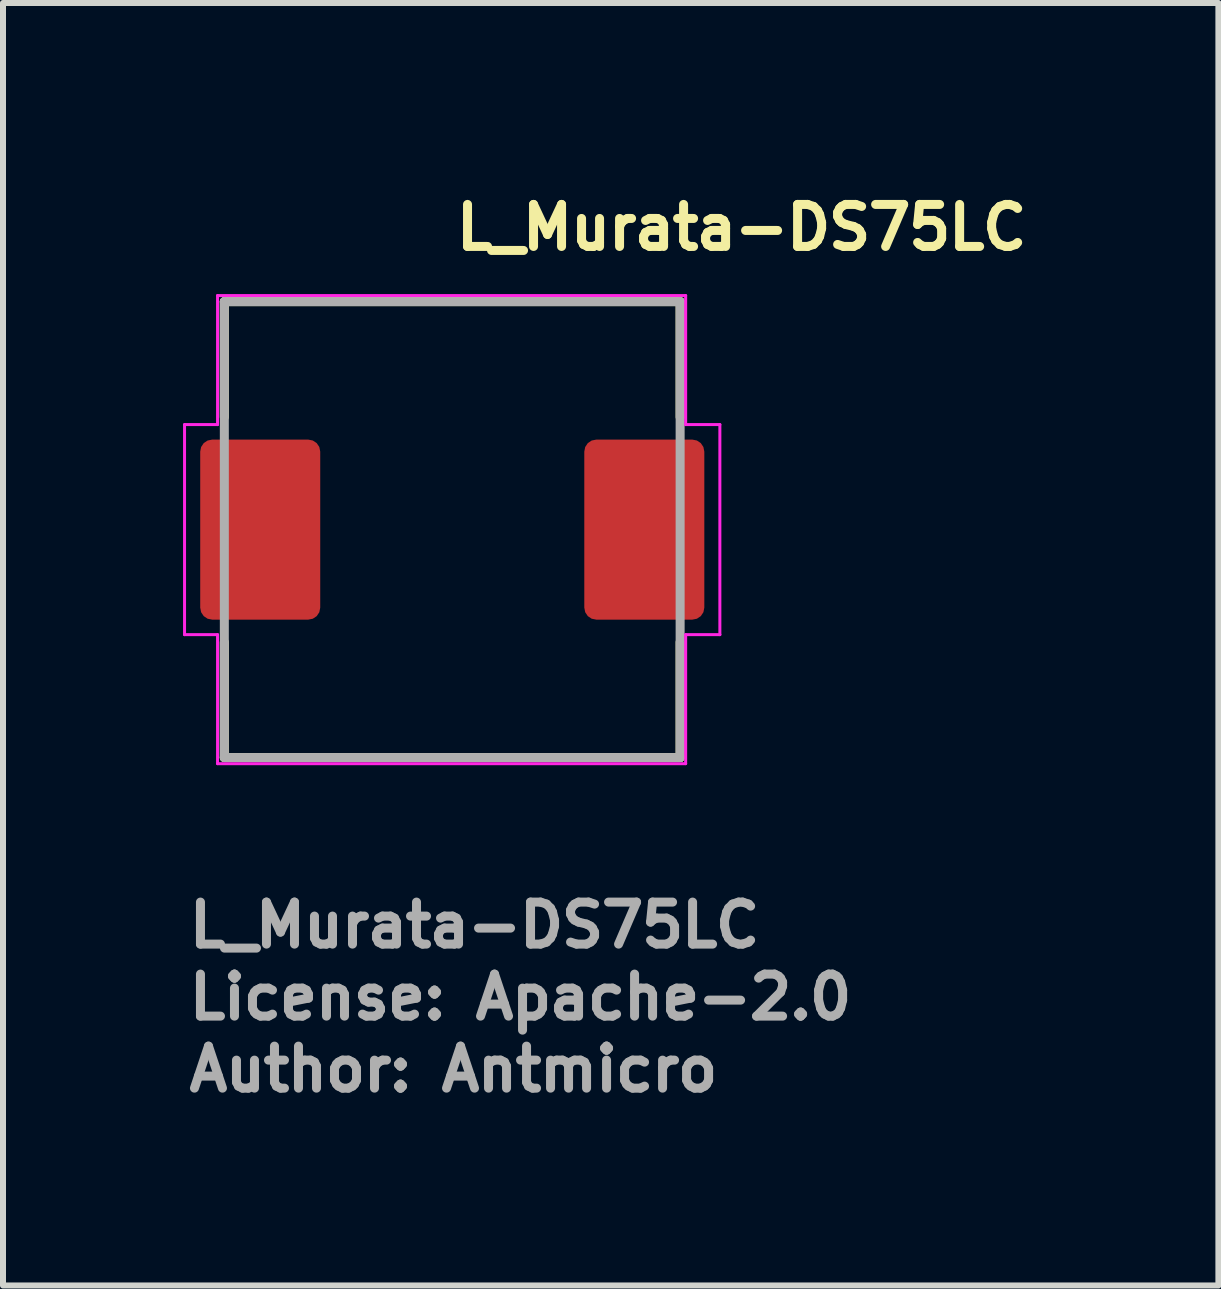
<source format=kicad_pcb>
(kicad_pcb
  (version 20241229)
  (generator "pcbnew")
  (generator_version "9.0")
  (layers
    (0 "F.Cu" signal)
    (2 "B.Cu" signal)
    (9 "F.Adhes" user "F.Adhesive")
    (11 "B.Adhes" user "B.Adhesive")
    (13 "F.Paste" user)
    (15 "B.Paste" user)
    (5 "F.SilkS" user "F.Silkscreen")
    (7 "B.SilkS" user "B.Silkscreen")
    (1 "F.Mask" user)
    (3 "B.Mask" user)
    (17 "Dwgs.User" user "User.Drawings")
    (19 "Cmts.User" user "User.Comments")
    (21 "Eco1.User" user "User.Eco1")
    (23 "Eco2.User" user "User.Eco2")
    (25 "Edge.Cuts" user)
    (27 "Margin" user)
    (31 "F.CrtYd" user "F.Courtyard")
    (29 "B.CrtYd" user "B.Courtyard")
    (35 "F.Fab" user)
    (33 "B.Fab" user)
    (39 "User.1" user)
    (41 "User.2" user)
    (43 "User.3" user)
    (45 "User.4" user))
  (footprint "L_Murata-DS75LC"
    (layer "F.Cu")
    (at 4.475 5.775)
    (property "Reference" "L_Murata-DS75LC" (at 0 -4.625 0) (layer "F.SilkS") (effects (font (size 0.7 0.7) (thickness 0.15)) (justify left bottom)))
    (attr smd)
    (fp_line (start -3.787 -3.799) (end 3.808 -3.799) (stroke (width 0.15) (type solid)) (layer "F.SilkS"))
    (fp_line (start -3.787 -1.875) (end -3.787 -3.799) (stroke (width 0.15) (type solid)) (layer "F.SilkS"))
    (fp_line (start -3.787 3.798) (end -3.787 1.875) (stroke (width 0.15) (type solid)) (layer "F.SilkS"))
    (fp_line (start -3.787 3.798) (end 3.808 3.798) (stroke (width 0.15) (type solid)) (layer "F.SilkS"))
    (fp_line (start 3.808 -1.875) (end 3.808 -3.799) (stroke (width 0.15) (type solid)) (layer "F.SilkS"))
    (fp_line (start 3.808 3.798) (end 3.808 1.875) (stroke (width 0.15) (type solid)) (layer "F.SilkS"))
    (fp_line (start -4.45 -1.75) (end -4.45 1.75) (stroke (width 0.05) (type solid)) (layer "F.CrtYd"))
    (fp_line (start -3.9 -1.75) (end -4.45 -1.75) (stroke (width 0.05) (type solid)) (layer "F.CrtYd"))
    (fp_line (start -3.9 -1.75) (end -3.9 -3.9) (stroke (width 0.05) (type solid)) (layer "F.CrtYd"))
    (fp_line (start -3.9 1.75) (end -4.45 1.75) (stroke (width 0.05) (type solid)) (layer "F.CrtYd"))
    (fp_line (start -3.9 1.75) (end -3.9 3.9) (stroke (width 0.05) (type solid)) (layer "F.CrtYd"))
    (fp_line (start 3.9 -3.9) (end -3.9 -3.9) (stroke (width 0.05) (type solid)) (layer "F.CrtYd"))
    (fp_line (start 3.9 -3.9) (end 3.9 -1.75) (stroke (width 0.05) (type solid)) (layer "F.CrtYd"))
    (fp_line (start 3.9 -1.75) (end 4.47 -1.75) (stroke (width 0.05) (type solid)) (layer "F.CrtYd"))
    (fp_line (start 3.9 1.75) (end 3.9 3.9) (stroke (width 0.05) (type solid)) (layer "F.CrtYd"))
    (fp_line (start 3.9 1.75) (end 4.47 1.75) (stroke (width 0.05) (type solid)) (layer "F.CrtYd"))
    (fp_line (start 3.9 3.9) (end -3.9 3.9) (stroke (width 0.05) (type solid)) (layer "F.CrtYd"))
    (fp_line (start 4.47 1.75) (end 4.47 -1.75) (stroke (width 0.05) (type solid)) (layer "F.CrtYd"))
    (fp_line (start -3.787 -3.799) (end 3.808 -3.799) (stroke (width 0.15) (type solid)) (layer "F.Fab"))
    (fp_line (start -3.787 3.798) (end -3.787 -3.799) (stroke (width 0.15) (type solid)) (layer "F.Fab"))
    (fp_line (start 3.808 -3.799) (end 3.808 3.798) (stroke (width 0.15) (type solid)) (layer "F.Fab"))
    (fp_line (start 3.808 3.798) (end -3.787 3.798) (stroke (width 0.15) (type solid)) (layer "F.Fab"))
    (fp_rect (start -3.65 -3.65) (end 3.65 3.65) (stroke (width 0.1) (type solid)) (fill no) (layer "User.5"))
    (fp_line (start -3.65 -1) (end -3.65 1) (stroke (width 0.02) (type solid)) (layer "User.9"))
    (fp_line (start -3.65 1) (end -3.65 -1) (stroke (width 0.02) (type solid)) (layer "User.9"))
    (fp_line (start -3.65 1) (end -3.5 1) (stroke (width 0.02) (type solid)) (layer "User.9"))
    (fp_line (start -3.5 -3.15) (end -3.499 -3.174) (stroke (width 0.02) (type solid)) (layer "User.9"))
    (fp_line (start -3.5 -1) (end -3.65 -1) (stroke (width 0.02) (type solid)) (layer "User.9"))
    (fp_line (start -3.5 -1) (end -3.5 -3.15) (stroke (width 0.02) (type solid)) (layer "User.9"))
    (fp_line (start -3.5 -1) (end -2.85 -1) (stroke (width 0.02) (type solid)) (layer "User.9"))
    (fp_line (start -3.5 3.15) (end -3.5 1) (stroke (width 0.02) (type solid)) (layer "User.9"))
    (fp_line (start -3.499 -3.174) (end -3.497 -3.199) (stroke (width 0.02) (type solid)) (layer "User.9"))
    (fp_line (start -3.499 3.174) (end -3.5 3.15) (stroke (width 0.02) (type solid)) (layer "User.9"))
    (fp_line (start -3.497 -3.199) (end -3.494 -3.223) (stroke (width 0.02) (type solid)) (layer "User.9"))
    (fp_line (start -3.497 3.199) (end -3.499 3.174) (stroke (width 0.02) (type solid)) (layer "User.9"))
    (fp_line (start -3.494 -3.223) (end -3.49 -3.248) (stroke (width 0.02) (type solid)) (layer "User.9"))
    (fp_line (start -3.494 3.223) (end -3.497 3.199) (stroke (width 0.02) (type solid)) (layer "User.9"))
    (fp_line (start -3.49 -3.248) (end -3.484 -3.271) (stroke (width 0.02) (type solid)) (layer "User.9"))
    (fp_line (start -3.49 3.248) (end -3.494 3.223) (stroke (width 0.02) (type solid)) (layer "User.9"))
    (fp_line (start -3.484 -3.271) (end -3.478 -3.295) (stroke (width 0.02) (type solid)) (layer "User.9"))
    (fp_line (start -3.484 3.271) (end -3.49 3.248) (stroke (width 0.02) (type solid)) (layer "User.9"))
    (fp_line (start -3.478 -3.295) (end -3.47 -3.318) (stroke (width 0.02) (type solid)) (layer "User.9"))
    (fp_line (start -3.478 3.295) (end -3.484 3.271) (stroke (width 0.02) (type solid)) (layer "User.9"))
    (fp_line (start -3.47 -3.318) (end -3.461 -3.341) (stroke (width 0.02) (type solid)) (layer "User.9"))
    (fp_line (start -3.47 3.317) (end -3.478 3.295) (stroke (width 0.02) (type solid)) (layer "User.9"))
    (fp_line (start -3.461 -3.341) (end -3.452 -3.363) (stroke (width 0.02) (type solid)) (layer "User.9"))
    (fp_line (start -3.461 3.341) (end -3.47 3.317) (stroke (width 0.02) (type solid)) (layer "User.9"))
    (fp_line (start -3.452 -3.363) (end -3.441 -3.384) (stroke (width 0.02) (type solid)) (layer "User.9"))
    (fp_line (start -3.452 3.363) (end -3.461 3.341) (stroke (width 0.02) (type solid)) (layer "User.9"))
    (fp_line (start -3.441 -3.384) (end -3.429 -3.406) (stroke (width 0.02) (type solid)) (layer "User.9"))
    (fp_line (start -3.441 3.384) (end -3.452 3.363) (stroke (width 0.02) (type solid)) (layer "User.9"))
    (fp_line (start -3.429 -3.406) (end -3.415 -3.427) (stroke (width 0.02) (type solid)) (layer "User.9"))
    (fp_line (start -3.429 3.405) (end -3.441 3.384) (stroke (width 0.02) (type solid)) (layer "User.9"))
    (fp_line (start -3.415 -3.427) (end -3.401 -3.447) (stroke (width 0.02) (type solid)) (layer "User.9"))
    (fp_line (start -3.415 3.426) (end -3.429 3.405) (stroke (width 0.02) (type solid)) (layer "User.9"))
    (fp_line (start -3.401 -3.447) (end -3.386 -3.466) (stroke (width 0.02) (type solid)) (layer "User.9"))
    (fp_line (start -3.401 3.447) (end -3.415 3.426) (stroke (width 0.02) (type solid)) (layer "User.9"))
    (fp_line (start -3.386 -3.466) (end -3.37 -3.485) (stroke (width 0.02) (type solid)) (layer "User.9"))
    (fp_line (start -3.386 3.466) (end -3.401 3.447) (stroke (width 0.02) (type solid)) (layer "User.9"))
    (fp_line (start -3.37 -3.485) (end -3.353 -3.503) (stroke (width 0.02) (type solid)) (layer "User.9"))
    (fp_line (start -3.37 3.485) (end -3.386 3.466) (stroke (width 0.02) (type solid)) (layer "User.9"))
    (fp_line (start -3.353 -3.503) (end -3.353 -3.503) (stroke (width 0.02) (type solid)) (layer "User.9"))
    (fp_line (start -3.353 -3.503) (end -3.335 -3.52) (stroke (width 0.02) (type solid)) (layer "User.9"))
    (fp_line (start -3.353 3.503) (end -3.37 3.485) (stroke (width 0.02) (type solid)) (layer "User.9"))
    (fp_line (start -3.353 3.503) (end -3.353 3.503) (stroke (width 0.02) (type solid)) (layer "User.9"))
    (fp_line (start -3.335 -3.52) (end -3.316 -3.536) (stroke (width 0.02) (type solid)) (layer "User.9"))
    (fp_line (start -3.335 3.519) (end -3.353 3.503) (stroke (width 0.02) (type solid)) (layer "User.9"))
    (fp_line (start -3.316 -3.536) (end -3.297 -3.551) (stroke (width 0.02) (type solid)) (layer "User.9"))
    (fp_line (start -3.316 3.535) (end -3.335 3.519) (stroke (width 0.02) (type solid)) (layer "User.9"))
    (fp_line (start -3.297 -3.551) (end -3.277 -3.565) (stroke (width 0.02) (type solid)) (layer "User.9"))
    (fp_line (start -3.297 3.551) (end -3.316 3.535) (stroke (width 0.02) (type solid)) (layer "User.9"))
    (fp_line (start -3.277 -3.565) (end -3.256 -3.578) (stroke (width 0.02) (type solid)) (layer "User.9"))
    (fp_line (start -3.277 3.565) (end -3.297 3.551) (stroke (width 0.02) (type solid)) (layer "User.9"))
    (fp_line (start -3.256 -3.578) (end -3.235 -3.591) (stroke (width 0.02) (type solid)) (layer "User.9"))
    (fp_line (start -3.256 3.578) (end -3.277 3.565) (stroke (width 0.02) (type solid)) (layer "User.9"))
    (fp_line (start -3.235 -3.591) (end -3.213 -3.602) (stroke (width 0.02) (type solid)) (layer "User.9"))
    (fp_line (start -3.235 3.591) (end -3.256 3.578) (stroke (width 0.02) (type solid)) (layer "User.9"))
    (fp_line (start -3.213 -3.602) (end -3.191 -3.61) (stroke (width 0.02) (type solid)) (layer "User.9"))
    (fp_line (start -3.213 3.602) (end -3.235 3.591) (stroke (width 0.02) (type solid)) (layer "User.9"))
    (fp_line (start -3.191 -3.61) (end -3.168 -3.62) (stroke (width 0.02) (type solid)) (layer "User.9"))
    (fp_line (start -3.191 3.61) (end -3.213 3.602) (stroke (width 0.02) (type solid)) (layer "User.9"))
    (fp_line (start -3.168 -3.62) (end -3.145 -3.628) (stroke (width 0.02) (type solid)) (layer "User.9"))
    (fp_line (start -3.168 3.62) (end -3.191 3.61) (stroke (width 0.02) (type solid)) (layer "User.9"))
    (fp_line (start -3.145 -3.628) (end -3.121 -3.634) (stroke (width 0.02) (type solid)) (layer "User.9"))
    (fp_line (start -3.145 3.628) (end -3.168 3.62) (stroke (width 0.02) (type solid)) (layer "User.9"))
    (fp_line (start -3.121 -3.634) (end -3.098 -3.639) (stroke (width 0.02) (type solid)) (layer "User.9"))
    (fp_line (start -3.121 3.634) (end -3.145 3.628) (stroke (width 0.02) (type solid)) (layer "User.9"))
    (fp_line (start -3.098 -3.639) (end -3.073 -3.644) (stroke (width 0.02) (type solid)) (layer "User.9"))
    (fp_line (start -3.098 3.639) (end -3.121 3.634) (stroke (width 0.02) (type solid)) (layer "User.9"))
    (fp_line (start -3.073 -3.644) (end -3.049 -3.647) (stroke (width 0.02) (type solid)) (layer "User.9"))
    (fp_line (start -3.073 3.644) (end -3.098 3.639) (stroke (width 0.02) (type solid)) (layer "User.9"))
    (fp_line (start -3.049 -3.647) (end -3.024 -3.649) (stroke (width 0.02) (type solid)) (layer "User.9"))
    (fp_line (start -3.049 3.647) (end -3.073 3.644) (stroke (width 0.02) (type solid)) (layer "User.9"))
    (fp_line (start -3.024 -3.649) (end -3 -3.65) (stroke (width 0.02) (type solid)) (layer "User.9"))
    (fp_line (start -3.024 3.649) (end -3.049 3.647) (stroke (width 0.02) (type solid)) (layer "User.9"))
    (fp_line (start -3 -3.65) (end 3 -3.65) (stroke (width 0.02) (type solid)) (layer "User.9"))
    (fp_line (start -3 3.65) (end -3.024 3.649) (stroke (width 0.02) (type solid)) (layer "User.9"))
    (fp_line (start -2.85 -1) (end -2.839 -0.999) (stroke (width 0.02) (type solid)) (layer "User.9"))
    (fp_line (start -2.85 1) (end -3.5 1) (stroke (width 0.02) (type solid)) (layer "User.9"))
    (fp_line (start -2.839 -0.999) (end -2.829 -0.998) (stroke (width 0.02) (type solid)) (layer "User.9"))
    (fp_line (start -2.839 0.999) (end -2.85 1) (stroke (width 0.02) (type solid)) (layer "User.9"))
    (fp_line (start -2.829 -0.998) (end -2.819 -0.997) (stroke (width 0.02) (type solid)) (layer "User.9"))
    (fp_line (start -2.829 0.998) (end -2.839 0.999) (stroke (width 0.02) (type solid)) (layer "User.9"))
    (fp_line (start -2.828 0.998) (end -2.787 1.109) (stroke (width 0.02) (type solid)) (layer "User.9"))
    (fp_line (start -2.819 -0.997) (end -2.809 -0.995) (stroke (width 0.02) (type solid)) (layer "User.9"))
    (fp_line (start -2.819 0.996) (end -2.829 0.998) (stroke (width 0.02) (type solid)) (layer "User.9"))
    (fp_line (start -2.809 -0.995) (end -2.8 -0.993) (stroke (width 0.02) (type solid)) (layer "User.9"))
    (fp_line (start -2.809 0.995) (end -2.819 0.996) (stroke (width 0.02) (type solid)) (layer "User.9"))
    (fp_line (start -2.8 -0.993) (end -2.79 -0.991) (stroke (width 0.02) (type solid)) (layer "User.9"))
    (fp_line (start -2.8 0.992) (end -2.809 0.995) (stroke (width 0.02) (type solid)) (layer "User.9"))
    (fp_line (start -2.79 -0.991) (end -2.781 -0.987) (stroke (width 0.02) (type solid)) (layer "User.9"))
    (fp_line (start -2.79 0.991) (end -2.8 0.992) (stroke (width 0.02) (type solid)) (layer "User.9"))
    (fp_line (start -2.787 1.109) (end -2.741 1.218) (stroke (width 0.02) (type solid)) (layer "User.9"))
    (fp_line (start -2.781 -0.987) (end -2.772 -0.984) (stroke (width 0.02) (type solid)) (layer "User.9"))
    (fp_line (start -2.781 0.987) (end -2.79 0.991) (stroke (width 0.02) (type solid)) (layer "User.9"))
    (fp_line (start -2.772 -0.984) (end -2.763 -0.98) (stroke (width 0.02) (type solid)) (layer "User.9"))
    (fp_line (start -2.772 0.984) (end -2.781 0.987) (stroke (width 0.02) (type solid)) (layer "User.9"))
    (fp_line (start -2.772 1.145) (end -2.759 1.177) (stroke (width 0.02) (type solid)) (layer "User.9"))
    (fp_line (start -2.763 -0.98) (end -2.754 -0.975) (stroke (width 0.02) (type solid)) (layer "User.9"))
    (fp_line (start -2.763 0.98) (end -2.772 0.984) (stroke (width 0.02) (type solid)) (layer "User.9"))
    (fp_line (start -2.759 1.177) (end -2.753 1.19) (stroke (width 0.02) (type solid)) (layer "User.9"))
    (fp_line (start -2.754 -0.975) (end -2.746 -0.971) (stroke (width 0.02) (type solid)) (layer "User.9"))
    (fp_line (start -2.754 0.975) (end -2.763 0.98) (stroke (width 0.02) (type solid)) (layer "User.9"))
    (fp_line (start -2.753 1.19) (end -2.748 1.201) (stroke (width 0.02) (type solid)) (layer "User.9"))
    (fp_line (start -2.746 -0.971) (end -2.738 -0.965) (stroke (width 0.02) (type solid)) (layer "User.9"))
    (fp_line (start -2.746 0.971) (end -2.754 0.975) (stroke (width 0.02) (type solid)) (layer "User.9"))
    (fp_line (start -2.741 -1.218) (end -2.828 -0.998) (stroke (width 0.02) (type solid)) (layer "User.9"))
    (fp_line (start -2.741 1.218) (end -2.691 1.325) (stroke (width 0.02) (type solid)) (layer "User.9"))
    (fp_line (start -2.738 -0.965) (end -2.73 -0.96) (stroke (width 0.02) (type solid)) (layer "User.9"))
    (fp_line (start -2.738 0.964) (end -2.746 0.971) (stroke (width 0.02) (type solid)) (layer "User.9"))
    (fp_line (start -2.73 -0.96) (end -2.722 -0.953) (stroke (width 0.02) (type solid)) (layer "User.9"))
    (fp_line (start -2.73 0.96) (end -2.738 0.964) (stroke (width 0.02) (type solid)) (layer "User.9"))
    (fp_line (start -2.722 -0.953) (end -2.715 -0.947) (stroke (width 0.02) (type solid)) (layer "User.9"))
    (fp_line (start -2.722 0.954) (end -2.73 0.96) (stroke (width 0.02) (type solid)) (layer "User.9"))
    (fp_line (start -2.715 -0.947) (end -2.708 -0.941) (stroke (width 0.02) (type solid)) (layer "User.9"))
    (fp_line (start -2.715 0.947) (end -2.722 0.954) (stroke (width 0.02) (type solid)) (layer "User.9"))
    (fp_line (start -2.708 -0.941) (end -2.701 -0.933) (stroke (width 0.02) (type solid)) (layer "User.9"))
    (fp_line (start -2.708 0.94) (end -2.715 0.947) (stroke (width 0.02) (type solid)) (layer "User.9"))
    (fp_line (start -2.701 -0.933) (end -2.695 -0.927) (stroke (width 0.02) (type solid)) (layer "User.9"))
    (fp_line (start -2.701 0.934) (end -2.708 0.94) (stroke (width 0.02) (type solid)) (layer "User.9"))
    (fp_line (start -2.695 -0.927) (end -2.689 -0.919) (stroke (width 0.02) (type solid)) (layer "User.9"))
    (fp_line (start -2.695 0.927) (end -2.701 0.934) (stroke (width 0.02) (type solid)) (layer "User.9"))
    (fp_line (start -2.691 1.325) (end -2.637 1.428) (stroke (width 0.02) (type solid)) (layer "User.9"))
    (fp_line (start -2.689 -0.919) (end -2.684 -0.911) (stroke (width 0.02) (type solid)) (layer "User.9"))
    (fp_line (start -2.689 0.919) (end -2.695 0.927) (stroke (width 0.02) (type solid)) (layer "User.9"))
    (fp_line (start -2.684 -0.911) (end -2.678 -0.903) (stroke (width 0.02) (type solid)) (layer "User.9"))
    (fp_line (start -2.684 0.911) (end -2.689 0.919) (stroke (width 0.02) (type solid)) (layer "User.9"))
    (fp_line (start -2.678 -0.903) (end -2.674 -0.895) (stroke (width 0.02) (type solid)) (layer "User.9"))
    (fp_line (start -2.678 0.903) (end -2.684 0.911) (stroke (width 0.02) (type solid)) (layer "User.9"))
    (fp_line (start -2.674 -0.895) (end -2.669 -0.885) (stroke (width 0.02) (type solid)) (layer "User.9"))
    (fp_line (start -2.674 0.895) (end -2.678 0.903) (stroke (width 0.02) (type solid)) (layer "User.9"))
    (fp_line (start -2.669 -0.885) (end -2.665 -0.877) (stroke (width 0.02) (type solid)) (layer "User.9"))
    (fp_line (start -2.669 0.886) (end -2.674 0.895) (stroke (width 0.02) (type solid)) (layer "User.9"))
    (fp_line (start -2.665 -0.877) (end -2.662 -0.868) (stroke (width 0.02) (type solid)) (layer "User.9"))
    (fp_line (start -2.665 0.876) (end -2.669 0.886) (stroke (width 0.02) (type solid)) (layer "User.9"))
    (fp_line (start -2.662 -0.868) (end -2.658 -0.859) (stroke (width 0.02) (type solid)) (layer "User.9"))
    (fp_line (start -2.662 0.867) (end -2.665 0.876) (stroke (width 0.02) (type solid)) (layer "User.9"))
    (fp_line (start -2.661 -0.868) (end -2.624 -0.975) (stroke (width 0.02) (type solid)) (layer "User.9"))
    (fp_line (start -2.658 -0.859) (end -2.656 -0.849) (stroke (width 0.02) (type solid)) (layer "User.9"))
    (fp_line (start -2.658 0.859) (end -2.662 0.867) (stroke (width 0.02) (type solid)) (layer "User.9"))
    (fp_line (start -2.656 -0.849) (end -2.654 -0.84) (stroke (width 0.02) (type solid)) (layer "User.9"))
    (fp_line (start -2.656 0.849) (end -2.658 0.859) (stroke (width 0.02) (type solid)) (layer "User.9"))
    (fp_line (start -2.654 -0.84) (end -2.652 -0.83) (stroke (width 0.02) (type solid)) (layer "User.9"))
    (fp_line (start -2.654 0.839) (end -2.656 0.849) (stroke (width 0.02) (type solid)) (layer "User.9"))
    (fp_line (start -2.652 -0.83) (end -2.651 -0.82) (stroke (width 0.02) (type solid)) (layer "User.9"))
    (fp_line (start -2.652 0.83) (end -2.654 0.839) (stroke (width 0.02) (type solid)) (layer "User.9"))
    (fp_line (start -2.651 -0.82) (end -2.65 -0.81) (stroke (width 0.02) (type solid)) (layer "User.9"))
    (fp_line (start -2.651 0.819) (end -2.652 0.83) (stroke (width 0.02) (type solid)) (layer "User.9"))
    (fp_line (start -2.65 -0.81) (end -2.65 -0.8) (stroke (width 0.02) (type solid)) (layer "User.9"))
    (fp_line (start -2.65 -0.8) (end -2.65 0.799) (stroke (width 0.02) (type solid)) (layer "User.9"))
    (fp_line (start -2.65 -0.299) (end -2.4 -0.299) (stroke (width 0.02) (type solid)) (layer "User.9"))
    (fp_line (start -2.65 -0.299) (end -2.4 -0.299) (stroke (width 0.02) (type solid)) (layer "User.9"))
    (fp_line (start -2.65 0.299) (end -2.4 0.299) (stroke (width 0.02) (type solid)) (layer "User.9"))
    (fp_line (start -2.65 0.799) (end -2.65 0.81) (stroke (width 0.02) (type solid)) (layer "User.9"))
    (fp_line (start -2.65 0.81) (end -2.651 0.819) (stroke (width 0.02) (type solid)) (layer "User.9"))
    (fp_line (start -2.637 -1.429) (end -2.741 -1.218) (stroke (width 0.02) (type solid)) (layer "User.9"))
    (fp_line (start -2.637 1.428) (end -2.58 1.53) (stroke (width 0.02) (type solid)) (layer "User.9"))
    (fp_line (start -2.624 -0.975) (end -2.583 -1.079) (stroke (width 0.02) (type solid)) (layer "User.9"))
    (fp_line (start -2.583 -1.079) (end -2.661 -0.868) (stroke (width 0.02) (type solid)) (layer "User.9"))
    (fp_line (start -2.583 -1.079) (end -2.538 -1.182) (stroke (width 0.02) (type solid)) (layer "User.9"))
    (fp_line (start -2.583 1.079) (end -2.661 0.867) (stroke (width 0.02) (type solid)) (layer "User.9"))
    (fp_line (start -2.58 1.53) (end -2.519 1.628) (stroke (width 0.02) (type solid)) (layer "User.9"))
    (fp_line (start -2.538 -1.182) (end -2.489 -1.282) (stroke (width 0.02) (type solid)) (layer "User.9"))
    (fp_line (start -2.519 -1.628) (end -2.637 -1.429) (stroke (width 0.02) (type solid)) (layer "User.9"))
    (fp_line (start -2.519 1.628) (end -2.454 1.724) (stroke (width 0.02) (type solid)) (layer "User.9"))
    (fp_line (start -2.489 -1.282) (end -2.583 -1.079) (stroke (width 0.02) (type solid)) (layer "User.9"))
    (fp_line (start -2.489 -1.282) (end -2.436 -1.379) (stroke (width 0.02) (type solid)) (layer "User.9"))
    (fp_line (start -2.489 1.282) (end -2.583 1.079) (stroke (width 0.02) (type solid)) (layer "User.9"))
    (fp_line (start -2.454 1.724) (end -2.387 1.817) (stroke (width 0.02) (type solid)) (layer "User.9"))
    (fp_line (start -2.436 -1.379) (end -2.38 -1.474) (stroke (width 0.02) (type solid)) (layer "User.9"))
    (fp_line (start -2.4 -0.299) (end -2.65 -0.299) (stroke (width 0.02) (type solid)) (layer "User.9"))
    (fp_line (start -2.4 0.299) (end -2.65 0.299) (stroke (width 0.02) (type solid)) (layer "User.9"))
    (fp_line (start -2.4 0.299) (end -2.38 0.298) (stroke (width 0.02) (type solid)) (layer "User.9"))
    (fp_line (start -2.389 -0.298) (end -2.4 -0.299) (stroke (width 0.02) (type solid)) (layer "User.9"))
    (fp_line (start -2.387 -1.817) (end -2.519 -1.628) (stroke (width 0.02) (type solid)) (layer "User.9"))
    (fp_line (start -2.387 1.817) (end -2.315 1.907) (stroke (width 0.02) (type solid)) (layer "User.9"))
    (fp_line (start -2.38 -1.474) (end -2.489 -1.282) (stroke (width 0.02) (type solid)) (layer "User.9"))
    (fp_line (start -2.38 -1.474) (end -2.32 -1.565) (stroke (width 0.02) (type solid)) (layer "User.9"))
    (fp_line (start -2.38 -0.298) (end -2.389 -0.298) (stroke (width 0.02) (type solid)) (layer "User.9"))
    (fp_line (start -2.38 0.298) (end -2.36 0.297) (stroke (width 0.02) (type solid)) (layer "User.9"))
    (fp_line (start -2.38 1.474) (end -2.489 1.282) (stroke (width 0.02) (type solid)) (layer "User.9"))
    (fp_line (start -2.37 -0.298) (end -2.38 -0.298) (stroke (width 0.02) (type solid)) (layer "User.9"))
    (fp_line (start -2.36 -0.297) (end -2.37 -0.298) (stroke (width 0.02) (type solid)) (layer "User.9"))
    (fp_line (start -2.36 0.297) (end -2.34 0.294) (stroke (width 0.02) (type solid)) (layer "User.9"))
    (fp_line (start -2.35 -0.294) (end -2.36 -0.297) (stroke (width 0.02) (type solid)) (layer "User.9"))
    (fp_line (start -2.34 -0.294) (end -2.35 -0.294) (stroke (width 0.02) (type solid)) (layer "User.9"))
    (fp_line (start -2.34 0.294) (end -2.321 0.289) (stroke (width 0.02) (type solid)) (layer "User.9"))
    (fp_line (start -2.331 -0.291) (end -2.34 -0.294) (stroke (width 0.02) (type solid)) (layer "User.9"))
    (fp_line (start -2.321 -0.289) (end -2.331 -0.291) (stroke (width 0.02) (type solid)) (layer "User.9"))
    (fp_line (start -2.321 0.289) (end -2.303 0.282) (stroke (width 0.02) (type solid)) (layer "User.9"))
    (fp_line (start -2.32 -1.565) (end -2.257 -1.656) (stroke (width 0.02) (type solid)) (layer "User.9"))
    (fp_line (start -2.315 1.907) (end -2.241 1.993) (stroke (width 0.02) (type solid)) (layer "User.9"))
    (fp_line (start -2.312 -0.286) (end -2.321 -0.289) (stroke (width 0.02) (type solid)) (layer "User.9"))
    (fp_line (start -2.303 -0.282) (end -2.312 -0.286) (stroke (width 0.02) (type solid)) (layer "User.9"))
    (fp_line (start -2.303 0.282) (end -2.284 0.277) (stroke (width 0.02) (type solid)) (layer "User.9"))
    (fp_line (start -2.293 -0.279) (end -2.303 -0.282) (stroke (width 0.02) (type solid)) (layer "User.9"))
    (fp_line (start -2.284 -0.277) (end -2.293 -0.279) (stroke (width 0.02) (type solid)) (layer "User.9"))
    (fp_line (start -2.284 0.277) (end -2.267 0.267) (stroke (width 0.02) (type solid)) (layer "User.9"))
    (fp_line (start -2.275 -0.273) (end -2.284 -0.277) (stroke (width 0.02) (type solid)) (layer "User.9"))
    (fp_line (start -2.267 -0.267) (end -2.275 -0.273) (stroke (width 0.02) (type solid)) (layer "User.9"))
    (fp_line (start -2.267 0.267) (end -2.25 0.258) (stroke (width 0.02) (type solid)) (layer "User.9"))
    (fp_line (start -2.258 -0.263) (end -2.267 -0.267) (stroke (width 0.02) (type solid)) (layer "User.9"))
    (fp_line (start -2.257 -1.656) (end -2.38 -1.474) (stroke (width 0.02) (type solid)) (layer "User.9"))
    (fp_line (start -2.257 -1.656) (end -2.191 -1.742) (stroke (width 0.02) (type solid)) (layer "User.9"))
    (fp_line (start -2.257 1.655) (end -2.38 1.474) (stroke (width 0.02) (type solid)) (layer "User.9"))
    (fp_line (start -2.25 -0.258) (end -2.258 -0.263) (stroke (width 0.02) (type solid)) (layer "User.9"))
    (fp_line (start -2.25 0.258) (end -2.233 0.249) (stroke (width 0.02) (type solid)) (layer "User.9"))
    (fp_line (start -2.241 -1.994) (end -2.387 -1.817) (stroke (width 0.02) (type solid)) (layer "User.9"))
    (fp_line (start -2.241 -0.254) (end -2.25 -0.258) (stroke (width 0.02) (type solid)) (layer "User.9"))
    (fp_line (start -2.241 1.993) (end -2.163 2.078) (stroke (width 0.02) (type solid)) (layer "User.9"))
    (fp_line (start -2.233 -0.249) (end -2.241 -0.254) (stroke (width 0.02) (type solid)) (layer "User.9"))
    (fp_line (start -2.233 0.249) (end -2.217 0.237) (stroke (width 0.02) (type solid)) (layer "User.9"))
    (fp_line (start -2.225 -0.244) (end -2.233 -0.249) (stroke (width 0.02) (type solid)) (layer "User.9"))
    (fp_line (start -2.217 -0.237) (end -2.225 -0.244) (stroke (width 0.02) (type solid)) (layer "User.9"))
    (fp_line (start -2.217 0.237) (end -2.202 0.225) (stroke (width 0.02) (type solid)) (layer "User.9"))
    (fp_line (start -2.21 -0.232) (end -2.217 -0.237) (stroke (width 0.02) (type solid)) (layer "User.9"))
    (fp_line (start -2.202 -0.225) (end -2.21 -0.232) (stroke (width 0.02) (type solid)) (layer "User.9"))
    (fp_line (start -2.202 0.225) (end -2.188 0.212) (stroke (width 0.02) (type solid)) (layer "User.9"))
    (fp_line (start -2.195 -0.218) (end -2.202 -0.225) (stroke (width 0.02) (type solid)) (layer "User.9"))
    (fp_line (start -2.191 -1.742) (end -2.122 -1.826) (stroke (width 0.02) (type solid)) (layer "User.9"))
    (fp_line (start -2.188 -0.212) (end -2.195 -0.218) (stroke (width 0.02) (type solid)) (layer "User.9"))
    (fp_line (start -2.188 0.212) (end -2.174 0.197) (stroke (width 0.02) (type solid)) (layer "User.9"))
    (fp_line (start -2.181 -0.205) (end -2.188 -0.212) (stroke (width 0.02) (type solid)) (layer "User.9"))
    (fp_line (start -2.174 -0.197) (end -2.181 -0.205) (stroke (width 0.02) (type solid)) (layer "User.9"))
    (fp_line (start -2.174 0.197) (end -2.162 0.182) (stroke (width 0.02) (type solid)) (layer "User.9"))
    (fp_line (start -2.168 -0.189) (end -2.174 -0.197) (stroke (width 0.02) (type solid)) (layer "User.9"))
    (fp_line (start -2.163 2.078) (end -2.083 2.158) (stroke (width 0.02) (type solid)) (layer "User.9"))
    (fp_line (start -2.162 -0.182) (end -2.168 -0.189) (stroke (width 0.02) (type solid)) (layer "User.9"))
    (fp_line (start -2.162 0.182) (end -2.15 0.165) (stroke (width 0.02) (type solid)) (layer "User.9"))
    (fp_line (start -2.156 -0.174) (end -2.162 -0.182) (stroke (width 0.02) (type solid)) (layer "User.9"))
    (fp_line (start -2.15 -0.165) (end -2.156 -0.174) (stroke (width 0.02) (type solid)) (layer "User.9"))
    (fp_line (start -2.15 0.165) (end -2.14 0.149) (stroke (width 0.02) (type solid)) (layer "User.9"))
    (fp_line (start -2.145 -0.157) (end -2.15 -0.165) (stroke (width 0.02) (type solid)) (layer "User.9"))
    (fp_line (start -2.14 -0.149) (end -2.145 -0.157) (stroke (width 0.02) (type solid)) (layer "User.9"))
    (fp_line (start -2.14 -0.149) (end -2.14 -0.149) (stroke (width 0.02) (type solid)) (layer "User.9"))
    (fp_line (start -2.14 0.149) (end -2.14 0.149) (stroke (width 0.02) (type solid)) (layer "User.9"))
    (fp_line (start -2.14 0.149) (end -2.13 0.132) (stroke (width 0.02) (type solid)) (layer "User.9"))
    (fp_line (start -2.13 -0.132) (end -2.14 -0.149) (stroke (width 0.02) (type solid)) (layer "User.9"))
    (fp_line (start -2.13 0.132) (end -2.122 0.113) (stroke (width 0.02) (type solid)) (layer "User.9"))
    (fp_line (start -2.122 -1.826) (end -2.257 -1.656) (stroke (width 0.02) (type solid)) (layer "User.9"))
    (fp_line (start -2.122 -1.826) (end -2.049 -1.907) (stroke (width 0.02) (type solid)) (layer "User.9"))
    (fp_line (start -2.122 -0.113) (end -2.13 -0.132) (stroke (width 0.02) (type solid)) (layer "User.9"))
    (fp_line (start -2.122 0.113) (end -2.115 0.095) (stroke (width 0.02) (type solid)) (layer "User.9"))
    (fp_line (start -2.122 1.825) (end -2.257 1.655) (stroke (width 0.02) (type solid)) (layer "User.9"))
    (fp_line (start -2.115 -0.095) (end -2.122 -0.113) (stroke (width 0.02) (type solid)) (layer "User.9"))
    (fp_line (start -2.115 0.095) (end -2.11 0.076) (stroke (width 0.02) (type solid)) (layer "User.9"))
    (fp_line (start -2.11 -0.076) (end -2.115 -0.095) (stroke (width 0.02) (type solid)) (layer "User.9"))
    (fp_line (start -2.11 0.076) (end -2.105 0.056) (stroke (width 0.02) (type solid)) (layer "User.9"))
    (fp_line (start -2.105 -0.056) (end -2.11 -0.076) (stroke (width 0.02) (type solid)) (layer "User.9"))
    (fp_line (start -2.105 0.056) (end -2.102 0.037) (stroke (width 0.02) (type solid)) (layer "User.9"))
    (fp_line (start -2.102 -0.037) (end -2.105 -0.056) (stroke (width 0.02) (type solid)) (layer "User.9"))
    (fp_line (start -2.102 0.037) (end -2.1 0.019) (stroke (width 0.02) (type solid)) (layer "User.9"))
    (fp_line (start -2.1 -0.019) (end -2.102 -0.037) (stroke (width 0.02) (type solid)) (layer "User.9"))
    (fp_line (start -2.1 0) (end -2.1 -0.019) (stroke (width 0.02) (type solid)) (layer "User.9"))
    (fp_line (start -2.1 0.019) (end -2.1 0) (stroke (width 0.02) (type solid)) (layer "User.9"))
    (fp_line (start -2.083 -2.158) (end -2.241 -1.994) (stroke (width 0.02) (type solid)) (layer "User.9"))
    (fp_line (start -2.083 2.158) (end -1.998 2.235) (stroke (width 0.02) (type solid)) (layer "User.9"))
    (fp_line (start -2.049 -1.907) (end -1.974 -1.984) (stroke (width 0.02) (type solid)) (layer "User.9"))
    (fp_line (start -1.998 2.235) (end -1.913 2.309) (stroke (width 0.02) (type solid)) (layer "User.9"))
    (fp_line (start -1.974 -1.984) (end -2.122 -1.826) (stroke (width 0.02) (type solid)) (layer "User.9"))
    (fp_line (start -1.974 -1.984) (end -1.895 -2.06) (stroke (width 0.02) (type solid)) (layer "User.9"))
    (fp_line (start -1.974 1.985) (end -2.122 1.825) (stroke (width 0.02) (type solid)) (layer "User.9"))
    (fp_line (start -1.913 -2.31) (end -2.083 -2.158) (stroke (width 0.02) (type solid)) (layer "User.9"))
    (fp_line (start -1.913 2.309) (end -1.824 2.381) (stroke (width 0.02) (type solid)) (layer "User.9"))
    (fp_line (start -1.895 -2.06) (end -1.814 -2.132) (stroke (width 0.02) (type solid)) (layer "User.9"))
    (fp_line (start -1.824 2.381) (end -1.732 2.449) (stroke (width 0.02) (type solid)) (layer "User.9"))
    (fp_line (start -1.814 -2.132) (end -1.974 -1.984) (stroke (width 0.02) (type solid)) (layer "User.9"))
    (fp_line (start -1.814 -2.132) (end -1.73 -2.2) (stroke (width 0.02) (type solid)) (layer "User.9"))
    (fp_line (start -1.814 2.131) (end -1.974 1.985) (stroke (width 0.02) (type solid)) (layer "User.9"))
    (fp_line (start -1.732 -2.449) (end -1.913 -2.31) (stroke (width 0.02) (type solid)) (layer "User.9"))
    (fp_line (start -1.732 2.449) (end -1.637 2.513) (stroke (width 0.02) (type solid)) (layer "User.9"))
    (fp_line (start -1.73 -2.2) (end -1.643 -2.266) (stroke (width 0.02) (type solid)) (layer "User.9"))
    (fp_line (start -1.643 -2.266) (end -1.814 -2.132) (stroke (width 0.02) (type solid)) (layer "User.9"))
    (fp_line (start -1.643 -2.266) (end -1.555 -2.328) (stroke (width 0.02) (type solid)) (layer "User.9"))
    (fp_line (start -1.643 2.266) (end -1.814 2.131) (stroke (width 0.02) (type solid)) (layer "User.9"))
    (fp_line (start -1.637 2.513) (end -1.541 2.573) (stroke (width 0.02) (type solid)) (layer "User.9"))
    (fp_line (start -1.555 -2.328) (end -1.464 -2.386) (stroke (width 0.02) (type solid)) (layer "User.9"))
    (fp_line (start -1.541 -2.573) (end -1.732 -2.449) (stroke (width 0.02) (type solid)) (layer "User.9"))
    (fp_line (start -1.541 2.573) (end -1.443 2.63) (stroke (width 0.02) (type solid)) (layer "User.9"))
    (fp_line (start -1.464 -2.386) (end -1.643 -2.266) (stroke (width 0.02) (type solid)) (layer "User.9"))
    (fp_line (start -1.464 -2.386) (end -1.371 -2.441) (stroke (width 0.02) (type solid)) (layer "User.9"))
    (fp_line (start -1.464 2.386) (end -1.643 2.266) (stroke (width 0.02) (type solid)) (layer "User.9"))
    (fp_line (start -1.443 2.63) (end -1.342 2.683) (stroke (width 0.02) (type solid)) (layer "User.9"))
    (fp_line (start -1.371 -2.441) (end -1.274 -2.492) (stroke (width 0.02) (type solid)) (layer "User.9"))
    (fp_line (start -1.342 -2.683) (end -1.541 -2.573) (stroke (width 0.02) (type solid)) (layer "User.9"))
    (fp_line (start -1.342 2.683) (end -1.239 2.732) (stroke (width 0.02) (type solid)) (layer "User.9"))
    (fp_line (start -1.274 -2.492) (end -1.464 -2.386) (stroke (width 0.02) (type solid)) (layer "User.9"))
    (fp_line (start -1.274 -2.492) (end -1.178 -2.54) (stroke (width 0.02) (type solid)) (layer "User.9"))
    (fp_line (start -1.274 2.492) (end -1.464 2.386) (stroke (width 0.02) (type solid)) (layer "User.9"))
    (fp_line (start -1.239 2.732) (end -1.133 2.777) (stroke (width 0.02) (type solid)) (layer "User.9"))
    (fp_line (start -1.178 -2.54) (end -1.078 -2.584) (stroke (width 0.02) (type solid)) (layer "User.9"))
    (fp_line (start -1.133 -2.777) (end -1.342 -2.683) (stroke (width 0.02) (type solid)) (layer "User.9"))
    (fp_line (start -1.133 2.777) (end -1.027 2.817) (stroke (width 0.02) (type solid)) (layer "User.9"))
    (fp_line (start -1.078 -2.584) (end -1.274 -2.492) (stroke (width 0.02) (type solid)) (layer "User.9"))
    (fp_line (start -1.078 -2.584) (end -0.977 -2.624) (stroke (width 0.02) (type solid)) (layer "User.9"))
    (fp_line (start -1.078 2.583) (end -1.274 2.492) (stroke (width 0.02) (type solid)) (layer "User.9"))
    (fp_line (start -1.027 2.817) (end -0.918 2.855) (stroke (width 0.02) (type solid)) (layer "User.9"))
    (fp_line (start -0.977 -2.624) (end -0.874 -2.66) (stroke (width 0.02) (type solid)) (layer "User.9"))
    (fp_line (start -0.918 -2.855) (end -1.133 -2.777) (stroke (width 0.02) (type solid)) (layer "User.9"))
    (fp_line (start -0.918 2.855) (end -0.807 2.889) (stroke (width 0.02) (type solid)) (layer "User.9"))
    (fp_line (start -0.874 -2.66) (end -1.078 -2.584) (stroke (width 0.02) (type solid)) (layer "User.9"))
    (fp_line (start -0.874 -2.66) (end -0.769 -2.692) (stroke (width 0.02) (type solid)) (layer "User.9"))
    (fp_line (start -0.874 2.66) (end -1.078 2.583) (stroke (width 0.02) (type solid)) (layer "User.9"))
    (fp_line (start -0.807 2.889) (end -0.696 2.918) (stroke (width 0.02) (type solid)) (layer "User.9"))
    (fp_line (start -0.769 -2.692) (end -0.663 -2.72) (stroke (width 0.02) (type solid)) (layer "User.9"))
    (fp_line (start -0.696 -2.918) (end -0.918 -2.855) (stroke (width 0.02) (type solid)) (layer "User.9"))
    (fp_line (start -0.696 2.918) (end -0.583 2.942) (stroke (width 0.02) (type solid)) (layer "User.9"))
    (fp_line (start -0.663 -2.72) (end -0.874 -2.66) (stroke (width 0.02) (type solid)) (layer "User.9"))
    (fp_line (start -0.663 -2.72) (end -0.554 -2.743) (stroke (width 0.02) (type solid)) (layer "User.9"))
    (fp_line (start -0.663 2.719) (end -0.874 2.66) (stroke (width 0.02) (type solid)) (layer "User.9"))
    (fp_line (start -0.583 2.942) (end -0.468 2.963) (stroke (width 0.02) (type solid)) (layer "User.9"))
    (fp_line (start -0.554 -2.743) (end -0.446 -2.764) (stroke (width 0.02) (type solid)) (layer "User.9"))
    (fp_line (start -0.468 -2.963) (end -0.696 -2.918) (stroke (width 0.02) (type solid)) (layer "User.9"))
    (fp_line (start -0.468 2.963) (end -0.353 2.979) (stroke (width 0.02) (type solid)) (layer "User.9"))
    (fp_line (start -0.446 -2.764) (end -0.663 -2.72) (stroke (width 0.02) (type solid)) (layer "User.9"))
    (fp_line (start -0.446 -2.764) (end -0.335 -2.779) (stroke (width 0.02) (type solid)) (layer "User.9"))
    (fp_line (start -0.446 2.764) (end -0.663 2.719) (stroke (width 0.02) (type solid)) (layer "User.9"))
    (fp_line (start -0.353 2.979) (end -0.235 2.99) (stroke (width 0.02) (type solid)) (layer "User.9"))
    (fp_line (start -0.335 -2.779) (end -0.224 -2.79) (stroke (width 0.02) (type solid)) (layer "User.9"))
    (fp_line (start -0.235 -2.99) (end -0.468 -2.963) (stroke (width 0.02) (type solid)) (layer "User.9"))
    (fp_line (start -0.235 2.99) (end -0.118 2.997) (stroke (width 0.02) (type solid)) (layer "User.9"))
    (fp_line (start -0.224 -2.79) (end -0.446 -2.764) (stroke (width 0.02) (type solid)) (layer "User.9"))
    (fp_line (start -0.224 -2.79) (end -0.113 -2.797) (stroke (width 0.02) (type solid)) (layer "User.9"))
    (fp_line (start -0.224 2.79) (end -0.446 2.764) (stroke (width 0.02) (type solid)) (layer "User.9"))
    (fp_line (start -0.118 2.997) (end 0 2.998) (stroke (width 0.02) (type solid)) (layer "User.9"))
    (fp_line (start -0.113 -2.797) (end 0 -2.799) (stroke (width 0.02) (type solid)) (layer "User.9"))
    (fp_line (start 0 -2.999) (end -0.235 -2.99) (stroke (width 0.02) (type solid)) (layer "User.9"))
    (fp_line (start 0 -2.999) (end 0 -2.999) (stroke (width 0.02) (type solid)) (layer "User.9"))
    (fp_line (start 0 -2.799) (end -0.224 -2.79) (stroke (width 0.02) (type solid)) (layer "User.9"))
    (fp_line (start 0 -2.799) (end 0 -2.799) (stroke (width 0.02) (type solid)) (layer "User.9"))
    (fp_line (start 0 -2.799) (end 0 -2.799) (stroke (width 0.02) (type solid)) (layer "User.9"))
    (fp_line (start 0 -2.799) (end 0.225 -2.79) (stroke (width 0.02) (type solid)) (layer "User.9"))
    (fp_line (start 0 2.799) (end -0.224 2.79) (stroke (width 0.02) (type solid)) (layer "User.9"))
    (fp_line (start 0 2.799) (end 0 2.799) (stroke (width 0.02) (type solid)) (layer "User.9"))
    (fp_line (start 0 2.998) (end 0 2.998) (stroke (width 0.02) (type solid)) (layer "User.9"))
    (fp_line (start 0 2.998) (end 0.236 2.99) (stroke (width 0.02) (type solid)) (layer "User.9"))
    (fp_line (start 0.112 -2.797) (end 0 -2.799) (stroke (width 0.02) (type solid)) (layer "User.9"))
    (fp_line (start 0.112 2.796) (end 0 2.799) (stroke (width 0.02) (type solid)) (layer "User.9"))
    (fp_line (start 0.117 -2.997) (end 0 -2.999) (stroke (width 0.02) (type solid)) (layer "User.9"))
    (fp_line (start 0.225 -2.79) (end 0.112 -2.797) (stroke (width 0.02) (type solid)) (layer "User.9"))
    (fp_line (start 0.225 -2.79) (end 0.446 -2.764) (stroke (width 0.02) (type solid)) (layer "User.9"))
    (fp_line (start 0.225 2.79) (end 0.112 2.796) (stroke (width 0.02) (type solid)) (layer "User.9"))
    (fp_line (start 0.236 -2.99) (end 0.117 -2.997) (stroke (width 0.02) (type solid)) (layer "User.9"))
    (fp_line (start 0.236 2.99) (end 0.469 2.963) (stroke (width 0.02) (type solid)) (layer "User.9"))
    (fp_line (start 0.336 -2.779) (end 0.225 -2.79) (stroke (width 0.02) (type solid)) (layer "User.9"))
    (fp_line (start 0.336 2.779) (end 0.225 2.79) (stroke (width 0.02) (type solid)) (layer "User.9"))
    (fp_line (start 0.353 -2.979) (end 0.236 -2.99) (stroke (width 0.02) (type solid)) (layer "User.9"))
    (fp_line (start 0.446 -2.764) (end 0.336 -2.779) (stroke (width 0.02) (type solid)) (layer "User.9"))
    (fp_line (start 0.446 -2.764) (end 0.663 -2.72) (stroke (width 0.02) (type solid)) (layer "User.9"))
    (fp_line (start 0.446 2.764) (end 0.336 2.779) (stroke (width 0.02) (type solid)) (layer "User.9"))
    (fp_line (start 0.469 -2.963) (end 0.353 -2.979) (stroke (width 0.02) (type solid)) (layer "User.9"))
    (fp_line (start 0.469 2.963) (end 0.697 2.918) (stroke (width 0.02) (type solid)) (layer "User.9"))
    (fp_line (start 0.555 -2.743) (end 0.446 -2.764) (stroke (width 0.02) (type solid)) (layer "User.9"))
    (fp_line (start 0.555 2.743) (end 0.446 2.764) (stroke (width 0.02) (type solid)) (layer "User.9"))
    (fp_line (start 0.583 -2.942) (end 0.469 -2.963) (stroke (width 0.02) (type solid)) (layer "User.9"))
    (fp_line (start 0.663 -2.72) (end 0.555 -2.743) (stroke (width 0.02) (type solid)) (layer "User.9"))
    (fp_line (start 0.663 -2.72) (end 0.874 -2.66) (stroke (width 0.02) (type solid)) (layer "User.9"))
    (fp_line (start 0.663 2.719) (end 0.555 2.743) (stroke (width 0.02) (type solid)) (layer "User.9"))
    (fp_line (start 0.697 -2.918) (end 0.583 -2.942) (stroke (width 0.02) (type solid)) (layer "User.9"))
    (fp_line (start 0.697 2.918) (end 0.918 2.855) (stroke (width 0.02) (type solid)) (layer "User.9"))
    (fp_line (start 0.769 -2.692) (end 0.663 -2.72) (stroke (width 0.02) (type solid)) (layer "User.9"))
    (fp_line (start 0.769 2.692) (end 0.663 2.719) (stroke (width 0.02) (type solid)) (layer "User.9"))
    (fp_line (start 0.808 -2.889) (end 0.697 -2.918) (stroke (width 0.02) (type solid)) (layer "User.9"))
    (fp_line (start 0.874 -2.66) (end 0.769 -2.692) (stroke (width 0.02) (type solid)) (layer "User.9"))
    (fp_line (start 0.874 -2.66) (end 1.078 -2.584) (stroke (width 0.02) (type solid)) (layer "User.9"))
    (fp_line (start 0.874 2.66) (end 0.769 2.692) (stroke (width 0.02) (type solid)) (layer "User.9"))
    (fp_line (start 0.918 -2.855) (end 0.808 -2.889) (stroke (width 0.02) (type solid)) (layer "User.9"))
    (fp_line (start 0.918 2.855) (end 1.134 2.777) (stroke (width 0.02) (type solid)) (layer "User.9"))
    (fp_line (start 0.977 -2.624) (end 0.874 -2.66) (stroke (width 0.02) (type solid)) (layer "User.9"))
    (fp_line (start 0.977 2.623) (end 0.874 2.66) (stroke (width 0.02) (type solid)) (layer "User.9"))
    (fp_line (start 1.027 -2.818) (end 0.918 -2.855) (stroke (width 0.02) (type solid)) (layer "User.9"))
    (fp_line (start 1.078 -2.584) (end 0.977 -2.624) (stroke (width 0.02) (type solid)) (layer "User.9"))
    (fp_line (start 1.078 -2.584) (end 1.274 -2.492) (stroke (width 0.02) (type solid)) (layer "User.9"))
    (fp_line (start 1.078 2.583) (end 0.977 2.623) (stroke (width 0.02) (type solid)) (layer "User.9"))
    (fp_line (start 1.134 -2.777) (end 1.027 -2.818) (stroke (width 0.02) (type solid)) (layer "User.9"))
    (fp_line (start 1.134 2.777) (end 1.342 2.683) (stroke (width 0.02) (type solid)) (layer "User.9"))
    (fp_line (start 1.178 -2.54) (end 1.078 -2.584) (stroke (width 0.02) (type solid)) (layer "User.9"))
    (fp_line (start 1.178 2.54) (end 1.078 2.583) (stroke (width 0.02) (type solid)) (layer "User.9"))
    (fp_line (start 1.239 -2.732) (end 1.134 -2.777) (stroke (width 0.02) (type solid)) (layer "User.9"))
    (fp_line (start 1.274 -2.492) (end 1.178 -2.54) (stroke (width 0.02) (type solid)) (layer "User.9"))
    (fp_line (start 1.274 -2.492) (end 1.464 -2.386) (stroke (width 0.02) (type solid)) (layer "User.9"))
    (fp_line (start 1.274 2.492) (end 1.178 2.54) (stroke (width 0.02) (type solid)) (layer "User.9"))
    (fp_line (start 1.342 -2.683) (end 1.239 -2.732) (stroke (width 0.02) (type solid)) (layer "User.9"))
    (fp_line (start 1.342 2.683) (end 1.541 2.573) (stroke (width 0.02) (type solid)) (layer "User.9"))
    (fp_line (start 1.371 -2.441) (end 1.274 -2.492) (stroke (width 0.02) (type solid)) (layer "User.9"))
    (fp_line (start 1.371 2.441) (end 1.274 2.492) (stroke (width 0.02) (type solid)) (layer "User.9"))
    (fp_line (start 1.443 -2.63) (end 1.342 -2.683) (stroke (width 0.02) (type solid)) (layer "User.9"))
    (fp_line (start 1.464 -2.386) (end 1.371 -2.441) (stroke (width 0.02) (type solid)) (layer "User.9"))
    (fp_line (start 1.464 -2.386) (end 1.643 -2.266) (stroke (width 0.02) (type solid)) (layer "User.9"))
    (fp_line (start 1.464 2.386) (end 1.371 2.441) (stroke (width 0.02) (type solid)) (layer "User.9"))
    (fp_line (start 1.541 -2.573) (end 1.443 -2.63) (stroke (width 0.02) (type solid)) (layer "User.9"))
    (fp_line (start 1.541 2.573) (end 1.732 2.449) (stroke (width 0.02) (type solid)) (layer "User.9"))
    (fp_line (start 1.555 -2.328) (end 1.464 -2.386) (stroke (width 0.02) (type solid)) (layer "User.9"))
    (fp_line (start 1.555 2.328) (end 1.464 2.386) (stroke (width 0.02) (type solid)) (layer "User.9"))
    (fp_line (start 1.637 -2.513) (end 1.541 -2.573) (stroke (width 0.02) (type solid)) (layer "User.9"))
    (fp_line (start 1.643 -2.266) (end 1.555 -2.328) (stroke (width 0.02) (type solid)) (layer "User.9"))
    (fp_line (start 1.643 -2.266) (end 1.814 -2.132) (stroke (width 0.02) (type solid)) (layer "User.9"))
    (fp_line (start 1.643 2.266) (end 1.555 2.328) (stroke (width 0.02) (type solid)) (layer "User.9"))
    (fp_line (start 1.73 -2.2) (end 1.643 -2.266) (stroke (width 0.02) (type solid)) (layer "User.9"))
    (fp_line (start 1.73 2.2) (end 1.643 2.266) (stroke (width 0.02) (type solid)) (layer "User.9"))
    (fp_line (start 1.732 -2.449) (end 1.637 -2.513) (stroke (width 0.02) (type solid)) (layer "User.9"))
    (fp_line (start 1.732 2.449) (end 1.913 2.309) (stroke (width 0.02) (type solid)) (layer "User.9"))
    (fp_line (start 1.814 -2.132) (end 1.73 -2.2) (stroke (width 0.02) (type solid)) (layer "User.9"))
    (fp_line (start 1.814 -2.132) (end 1.974 -1.984) (stroke (width 0.02) (type solid)) (layer "User.9"))
    (fp_line (start 1.814 2.131) (end 1.73 2.2) (stroke (width 0.02) (type solid)) (layer "User.9"))
    (fp_line (start 1.824 -2.381) (end 1.732 -2.449) (stroke (width 0.02) (type solid)) (layer "User.9"))
    (fp_line (start 1.895 -2.06) (end 1.814 -2.132) (stroke (width 0.02) (type solid)) (layer "User.9"))
    (fp_line (start 1.895 2.059) (end 1.814 2.131) (stroke (width 0.02) (type solid)) (layer "User.9"))
    (fp_line (start 1.913 -2.31) (end 1.824 -2.381) (stroke (width 0.02) (type solid)) (layer "User.9"))
    (fp_line (start 1.913 2.309) (end 2.082 2.158) (stroke (width 0.02) (type solid)) (layer "User.9"))
    (fp_line (start 1.974 -1.984) (end 1.895 -2.06) (stroke (width 0.02) (type solid)) (layer "User.9"))
    (fp_line (start 1.974 -1.984) (end 2.122 -1.826) (stroke (width 0.02) (type solid)) (layer "User.9"))
    (fp_line (start 1.974 1.985) (end 1.895 2.059) (stroke (width 0.02) (type solid)) (layer "User.9"))
    (fp_line (start 1.999 -2.235) (end 1.913 -2.31) (stroke (width 0.02) (type solid)) (layer "User.9"))
    (fp_line (start 2.049 -1.907) (end 1.974 -1.984) (stroke (width 0.02) (type solid)) (layer "User.9"))
    (fp_line (start 2.049 1.907) (end 1.974 1.985) (stroke (width 0.02) (type solid)) (layer "User.9"))
    (fp_line (start 2.082 -2.158) (end 1.999 -2.235) (stroke (width 0.02) (type solid)) (layer "User.9"))
    (fp_line (start 2.082 2.158) (end 2.24 1.993) (stroke (width 0.02) (type solid)) (layer "User.9"))
    (fp_line (start 2.099 -0.019) (end 2.099 0) (stroke (width 0.02) (type solid)) (layer "User.9"))
    (fp_line (start 2.099 0) (end 2.099 0.019) (stroke (width 0.02) (type solid)) (layer "User.9"))
    (fp_line (start 2.099 0.019) (end 2.102 0.037) (stroke (width 0.02) (type solid)) (layer "User.9"))
    (fp_line (start 2.102 -0.037) (end 2.099 -0.019) (stroke (width 0.02) (type solid)) (layer "User.9"))
    (fp_line (start 2.102 0.037) (end 2.105 0.056) (stroke (width 0.02) (type solid)) (layer "User.9"))
    (fp_line (start 2.105 -0.056) (end 2.102 -0.037) (stroke (width 0.02) (type solid)) (layer "User.9"))
    (fp_line (start 2.105 0.056) (end 2.11 0.076) (stroke (width 0.02) (type solid)) (layer "User.9"))
    (fp_line (start 2.11 -0.076) (end 2.105 -0.056) (stroke (width 0.02) (type solid)) (layer "User.9"))
    (fp_line (start 2.11 0.076) (end 2.114 0.095) (stroke (width 0.02) (type solid)) (layer "User.9"))
    (fp_line (start 2.114 -0.095) (end 2.11 -0.076) (stroke (width 0.02) (type solid)) (layer "User.9"))
    (fp_line (start 2.114 0.095) (end 2.122 0.113) (stroke (width 0.02) (type solid)) (layer "User.9"))
    (fp_line (start 2.122 -1.826) (end 2.049 -1.907) (stroke (width 0.02) (type solid)) (layer "User.9"))
    (fp_line (start 2.122 -1.826) (end 2.256 -1.656) (stroke (width 0.02) (type solid)) (layer "User.9"))
    (fp_line (start 2.122 -0.113) (end 2.114 -0.095) (stroke (width 0.02) (type solid)) (layer "User.9"))
    (fp_line (start 2.122 0.113) (end 2.13 0.132) (stroke (width 0.02) (type solid)) (layer "User.9"))
    (fp_line (start 2.122 1.825) (end 2.049 1.907) (stroke (width 0.02) (type solid)) (layer "User.9"))
    (fp_line (start 2.13 -0.132) (end 2.122 -0.113) (stroke (width 0.02) (type solid)) (layer "User.9"))
    (fp_line (start 2.13 0.132) (end 2.139 0.149) (stroke (width 0.02) (type solid)) (layer "User.9"))
    (fp_line (start 2.139 -0.149) (end 2.13 -0.132) (stroke (width 0.02) (type solid)) (layer "User.9"))
    (fp_line (start 2.139 -0.149) (end 2.139 -0.149) (stroke (width 0.02) (type solid)) (layer "User.9"))
    (fp_line (start 2.139 0.149) (end 2.139 0.149) (stroke (width 0.02) (type solid)) (layer "User.9"))
    (fp_line (start 2.139 0.149) (end 2.144 0.157) (stroke (width 0.02) (type solid)) (layer "User.9"))
    (fp_line (start 2.144 0.157) (end 2.15 0.165) (stroke (width 0.02) (type solid)) (layer "User.9"))
    (fp_line (start 2.15 -0.165) (end 2.139 -0.149) (stroke (width 0.02) (type solid)) (layer "User.9"))
    (fp_line (start 2.15 0.165) (end 2.155 0.174) (stroke (width 0.02) (type solid)) (layer "User.9"))
    (fp_line (start 2.155 0.174) (end 2.162 0.182) (stroke (width 0.02) (type solid)) (layer "User.9"))
    (fp_line (start 2.162 -2.078) (end 2.082 -2.158) (stroke (width 0.02) (type solid)) (layer "User.9"))
    (fp_line (start 2.162 -0.182) (end 2.15 -0.165) (stroke (width 0.02) (type solid)) (layer "User.9"))
    (fp_line (start 2.162 0.182) (end 2.167 0.189) (stroke (width 0.02) (type solid)) (layer "User.9"))
    (fp_line (start 2.167 0.189) (end 2.174 0.197) (stroke (width 0.02) (type solid)) (layer "User.9"))
    (fp_line (start 2.174 -0.197) (end 2.162 -0.182) (stroke (width 0.02) (type solid)) (layer "User.9"))
    (fp_line (start 2.174 0.197) (end 2.18 0.205) (stroke (width 0.02) (type solid)) (layer "User.9"))
    (fp_line (start 2.18 0.205) (end 2.187 0.212) (stroke (width 0.02) (type solid)) (layer "User.9"))
    (fp_line (start 2.187 -0.212) (end 2.174 -0.197) (stroke (width 0.02) (type solid)) (layer "User.9"))
    (fp_line (start 2.187 0.212) (end 2.195 0.218) (stroke (width 0.02) (type solid)) (layer "User.9"))
    (fp_line (start 2.191 -1.742) (end 2.122 -1.826) (stroke (width 0.02) (type solid)) (layer "User.9"))
    (fp_line (start 2.191 1.742) (end 2.122 1.825) (stroke (width 0.02) (type solid)) (layer "User.9"))
    (fp_line (start 2.195 0.218) (end 2.202 0.225) (stroke (width 0.02) (type solid)) (layer "User.9"))
    (fp_line (start 2.202 -0.225) (end 2.187 -0.212) (stroke (width 0.02) (type solid)) (layer "User.9"))
    (fp_line (start 2.202 0.225) (end 2.21 0.232) (stroke (width 0.02) (type solid)) (layer "User.9"))
    (fp_line (start 2.21 0.232) (end 2.216 0.237) (stroke (width 0.02) (type solid)) (layer "User.9"))
    (fp_line (start 2.216 -0.237) (end 2.202 -0.225) (stroke (width 0.02) (type solid)) (layer "User.9"))
    (fp_line (start 2.216 0.237) (end 2.224 0.244) (stroke (width 0.02) (type solid)) (layer "User.9"))
    (fp_line (start 2.224 0.244) (end 2.232 0.249) (stroke (width 0.02) (type solid)) (layer "User.9"))
    (fp_line (start 2.232 -0.249) (end 2.216 -0.237) (stroke (width 0.02) (type solid)) (layer "User.9"))
    (fp_line (start 2.232 0.249) (end 2.24 0.254) (stroke (width 0.02) (type solid)) (layer "User.9"))
    (fp_line (start 2.24 -1.994) (end 2.162 -2.078) (stroke (width 0.02) (type solid)) (layer "User.9"))
    (fp_line (start 2.24 0.254) (end 2.25 0.258) (stroke (width 0.02) (type solid)) (layer "User.9"))
    (fp_line (start 2.24 1.993) (end 2.386 1.817) (stroke (width 0.02) (type solid)) (layer "User.9"))
    (fp_line (start 2.25 -0.258) (end 2.232 -0.249) (stroke (width 0.02) (type solid)) (layer "User.9"))
    (fp_line (start 2.25 0.258) (end 2.258 0.263) (stroke (width 0.02) (type solid)) (layer "User.9"))
    (fp_line (start 2.256 -1.656) (end 2.191 -1.742) (stroke (width 0.02) (type solid)) (layer "User.9"))
    (fp_line (start 2.256 -1.656) (end 2.38 -1.474) (stroke (width 0.02) (type solid)) (layer "User.9"))
    (fp_line (start 2.256 1.655) (end 2.191 1.742) (stroke (width 0.02) (type solid)) (layer "User.9"))
    (fp_line (start 2.258 0.263) (end 2.267 0.267) (stroke (width 0.02) (type solid)) (layer "User.9"))
    (fp_line (start 2.267 -0.267) (end 2.25 -0.258) (stroke (width 0.02) (type solid)) (layer "User.9"))
    (fp_line (start 2.267 0.267) (end 2.275 0.273) (stroke (width 0.02) (type solid)) (layer "User.9"))
    (fp_line (start 2.275 0.273) (end 2.283 0.277) (stroke (width 0.02) (type solid)) (layer "User.9"))
    (fp_line (start 2.283 -0.277) (end 2.267 -0.267) (stroke (width 0.02) (type solid)) (layer "User.9"))
    (fp_line (start 2.283 0.277) (end 2.292 0.279) (stroke (width 0.02) (type solid)) (layer "User.9"))
    (fp_line (start 2.292 0.279) (end 2.303 0.282) (stroke (width 0.02) (type solid)) (layer "User.9"))
    (fp_line (start 2.303 -0.282) (end 2.283 -0.277) (stroke (width 0.02) (type solid)) (layer "User.9"))
    (fp_line (start 2.303 0.282) (end 2.312 0.286) (stroke (width 0.02) (type solid)) (layer "User.9"))
    (fp_line (start 2.312 0.286) (end 2.32 0.289) (stroke (width 0.02) (type solid)) (layer "User.9"))
    (fp_line (start 2.315 -1.907) (end 2.24 -1.994) (stroke (width 0.02) (type solid)) (layer "User.9"))
    (fp_line (start 2.32 -1.565) (end 2.256 -1.656) (stroke (width 0.02) (type solid)) (layer "User.9"))
    (fp_line (start 2.32 -0.289) (end 2.303 -0.282) (stroke (width 0.02) (type solid)) (layer "User.9"))
    (fp_line (start 2.32 0.289) (end 2.331 0.291) (stroke (width 0.02) (type solid)) (layer "User.9"))
    (fp_line (start 2.32 1.565) (end 2.256 1.655) (stroke (width 0.02) (type solid)) (layer "User.9"))
    (fp_line (start 2.331 0.291) (end 2.34 0.294) (stroke (width 0.02) (type solid)) (layer "User.9"))
    (fp_line (start 2.34 -0.294) (end 2.32 -0.289) (stroke (width 0.02) (type solid)) (layer "User.9"))
    (fp_line (start 2.34 0.294) (end 2.349 0.294) (stroke (width 0.02) (type solid)) (layer "User.9"))
    (fp_line (start 2.349 0.294) (end 2.36 0.297) (stroke (width 0.02) (type solid)) (layer "User.9"))
    (fp_line (start 2.36 -0.297) (end 2.34 -0.294) (stroke (width 0.02) (type solid)) (layer "User.9"))
    (fp_line (start 2.36 0.297) (end 2.369 0.298) (stroke (width 0.02) (type solid)) (layer "User.9"))
    (fp_line (start 2.369 0.298) (end 2.38 0.298) (stroke (width 0.02) (type solid)) (layer "User.9"))
    (fp_line (start 2.38 -1.474) (end 2.32 -1.565) (stroke (width 0.02) (type solid)) (layer "User.9"))
    (fp_line (start 2.38 -1.474) (end 2.489 -1.282) (stroke (width 0.02) (type solid)) (layer "User.9"))
    (fp_line (start 2.38 -0.298) (end 2.36 -0.297) (stroke (width 0.02) (type solid)) (layer "User.9"))
    (fp_line (start 2.38 0.298) (end 2.388 0.298) (stroke (width 0.02) (type solid)) (layer "User.9"))
    (fp_line (start 2.38 1.474) (end 2.32 1.565) (stroke (width 0.02) (type solid)) (layer "User.9"))
    (fp_line (start 2.386 -1.817) (end 2.315 -1.907) (stroke (width 0.02) (type solid)) (layer "User.9"))
    (fp_line (start 2.386 1.817) (end 2.518 1.628) (stroke (width 0.02) (type solid)) (layer "User.9"))
    (fp_line (start 2.388 0.298) (end 2.4 0.299) (stroke (width 0.02) (type solid)) (layer "User.9"))
    (fp_line (start 2.4 -0.299) (end 2.38 -0.298) (stroke (width 0.02) (type solid)) (layer "User.9"))
    (fp_line (start 2.4 0.299) (end 2.65 0.299) (stroke (width 0.02) (type solid)) (layer "User.9"))
    (fp_line (start 2.436 -1.379) (end 2.38 -1.474) (stroke (width 0.02) (type solid)) (layer "User.9"))
    (fp_line (start 2.436 1.379) (end 2.38 1.474) (stroke (width 0.02) (type solid)) (layer "User.9"))
    (fp_line (start 2.453 -1.724) (end 2.386 -1.817) (stroke (width 0.02) (type solid)) (layer "User.9"))
    (fp_line (start 2.489 -1.282) (end 2.436 -1.379) (stroke (width 0.02) (type solid)) (layer "User.9"))
    (fp_line (start 2.489 -1.282) (end 2.582 -1.079) (stroke (width 0.02) (type solid)) (layer "User.9"))
    (fp_line (start 2.489 1.282) (end 2.436 1.379) (stroke (width 0.02) (type solid)) (layer "User.9"))
    (fp_line (start 2.518 -1.628) (end 2.453 -1.724) (stroke (width 0.02) (type solid)) (layer "User.9"))
    (fp_line (start 2.518 1.628) (end 2.636 1.428) (stroke (width 0.02) (type solid)) (layer "User.9"))
    (fp_line (start 2.537 -1.182) (end 2.489 -1.282) (stroke (width 0.02) (type solid)) (layer "User.9"))
    (fp_line (start 2.537 1.182) (end 2.489 1.282) (stroke (width 0.02) (type solid)) (layer "User.9"))
    (fp_line (start 2.579 -1.53) (end 2.518 -1.628) (stroke (width 0.02) (type solid)) (layer "User.9"))
    (fp_line (start 2.582 -1.079) (end 2.537 -1.182) (stroke (width 0.02) (type solid)) (layer "User.9"))
    (fp_line (start 2.582 -1.079) (end 2.66 -0.868) (stroke (width 0.02) (type solid)) (layer "User.9"))
    (fp_line (start 2.582 1.079) (end 2.537 1.182) (stroke (width 0.02) (type solid)) (layer "User.9"))
    (fp_line (start 2.623 -0.975) (end 2.582 -1.079) (stroke (width 0.02) (type solid)) (layer "User.9"))
    (fp_line (start 2.623 0.975) (end 2.582 1.079) (stroke (width 0.02) (type solid)) (layer "User.9"))
    (fp_line (start 2.636 -1.429) (end 2.579 -1.53) (stroke (width 0.02) (type solid)) (layer "User.9"))
    (fp_line (start 2.636 1.428) (end 2.74 1.218) (stroke (width 0.02) (type solid)) (layer "User.9"))
    (fp_line (start 2.65 -0.82) (end 2.651 -0.83) (stroke (width 0.02) (type solid)) (layer "User.9"))
    (fp_line (start 2.65 -0.81) (end 2.65 -0.82) (stroke (width 0.02) (type solid)) (layer "User.9"))
    (fp_line (start 2.65 -0.8) (end 2.65 -0.81) (stroke (width 0.02) (type solid)) (layer "User.9"))
    (fp_line (start 2.65 -0.8) (end 2.65 0.799) (stroke (width 0.02) (type solid)) (layer "User.9"))
    (fp_line (start 2.65 -0.299) (end 2.4 -0.299) (stroke (width 0.02) (type solid)) (layer "User.9"))
    (fp_line (start 2.65 0.81) (end 2.65 0.799) (stroke (width 0.02) (type solid)) (layer "User.9"))
    (fp_line (start 2.65 0.819) (end 2.65 0.81) (stroke (width 0.02) (type solid)) (layer "User.9"))
    (fp_line (start 2.651 -0.83) (end 2.654 -0.84) (stroke (width 0.02) (type solid)) (layer "User.9"))
    (fp_line (start 2.651 0.83) (end 2.65 0.819) (stroke (width 0.02) (type solid)) (layer "User.9"))
    (fp_line (start 2.654 -0.84) (end 2.655 -0.849) (stroke (width 0.02) (type solid)) (layer "User.9"))
    (fp_line (start 2.654 0.839) (end 2.651 0.83) (stroke (width 0.02) (type solid)) (layer "User.9"))
    (fp_line (start 2.655 -0.849) (end 2.658 -0.859) (stroke (width 0.02) (type solid)) (layer "User.9"))
    (fp_line (start 2.655 0.849) (end 2.654 0.839) (stroke (width 0.02) (type solid)) (layer "User.9"))
    (fp_line (start 2.658 -0.859) (end 2.662 -0.868) (stroke (width 0.02) (type solid)) (layer "User.9"))
    (fp_line (start 2.658 0.859) (end 2.655 0.849) (stroke (width 0.02) (type solid)) (layer "User.9"))
    (fp_line (start 2.66 -0.868) (end 2.623 -0.975) (stroke (width 0.02) (type solid)) (layer "User.9"))
    (fp_line (start 2.66 0.867) (end 2.623 0.975) (stroke (width 0.02) (type solid)) (layer "User.9"))
    (fp_line (start 2.662 -0.868) (end 2.664 -0.877) (stroke (width 0.02) (type solid)) (layer "User.9"))
    (fp_line (start 2.662 0.867) (end 2.658 0.859) (stroke (width 0.02) (type solid)) (layer "User.9"))
    (fp_line (start 2.664 -0.877) (end 2.668 -0.885) (stroke (width 0.02) (type solid)) (layer "User.9"))
    (fp_line (start 2.664 0.876) (end 2.662 0.867) (stroke (width 0.02) (type solid)) (layer "User.9"))
    (fp_line (start 2.668 -0.885) (end 2.674 -0.895) (stroke (width 0.02) (type solid)) (layer "User.9"))
    (fp_line (start 2.668 0.886) (end 2.664 0.876) (stroke (width 0.02) (type solid)) (layer "User.9"))
    (fp_line (start 2.674 -0.895) (end 2.678 -0.903) (stroke (width 0.02) (type solid)) (layer "User.9"))
    (fp_line (start 2.674 0.895) (end 2.668 0.886) (stroke (width 0.02) (type solid)) (layer "User.9"))
    (fp_line (start 2.678 -0.903) (end 2.683 -0.911) (stroke (width 0.02) (type solid)) (layer "User.9"))
    (fp_line (start 2.678 0.903) (end 2.674 0.895) (stroke (width 0.02) (type solid)) (layer "User.9"))
    (fp_line (start 2.683 -0.911) (end 2.688 -0.919) (stroke (width 0.02) (type solid)) (layer "User.9"))
    (fp_line (start 2.683 0.911) (end 2.678 0.903) (stroke (width 0.02) (type solid)) (layer "User.9"))
    (fp_line (start 2.688 -0.919) (end 2.695 -0.927) (stroke (width 0.02) (type solid)) (layer "User.9"))
    (fp_line (start 2.688 0.919) (end 2.683 0.911) (stroke (width 0.02) (type solid)) (layer "User.9"))
    (fp_line (start 2.691 -1.325) (end 2.636 -1.429) (stroke (width 0.02) (type solid)) (layer "User.9"))
    (fp_line (start 2.695 -0.927) (end 2.7 -0.933) (stroke (width 0.02) (type solid)) (layer "User.9"))
    (fp_line (start 2.695 0.927) (end 2.688 0.919) (stroke (width 0.02) (type solid)) (layer "User.9"))
    (fp_line (start 2.7 -0.933) (end 2.707 -0.941) (stroke (width 0.02) (type solid)) (layer "User.9"))
    (fp_line (start 2.7 0.934) (end 2.695 0.927) (stroke (width 0.02) (type solid)) (layer "User.9"))
    (fp_line (start 2.707 -0.941) (end 2.715 -0.947) (stroke (width 0.02) (type solid)) (layer "User.9"))
    (fp_line (start 2.707 0.94) (end 2.7 0.934) (stroke (width 0.02) (type solid)) (layer "User.9"))
    (fp_line (start 2.715 -0.947) (end 2.722 -0.953) (stroke (width 0.02) (type solid)) (layer "User.9"))
    (fp_line (start 2.715 0.947) (end 2.707 0.94) (stroke (width 0.02) (type solid)) (layer "User.9"))
    (fp_line (start 2.722 -0.953) (end 2.73 -0.96) (stroke (width 0.02) (type solid)) (layer "User.9"))
    (fp_line (start 2.722 0.954) (end 2.715 0.947) (stroke (width 0.02) (type solid)) (layer "User.9"))
    (fp_line (start 2.73 -0.96) (end 2.738 -0.965) (stroke (width 0.02) (type solid)) (layer "User.9"))
    (fp_line (start 2.73 0.96) (end 2.722 0.954) (stroke (width 0.02) (type solid)) (layer "User.9"))
    (fp_line (start 2.738 -0.965) (end 2.746 -0.971) (stroke (width 0.02) (type solid)) (layer "User.9"))
    (fp_line (start 2.738 0.964) (end 2.73 0.96) (stroke (width 0.02) (type solid)) (layer "User.9"))
    (fp_line (start 2.74 -1.218) (end 2.691 -1.325) (stroke (width 0.02) (type solid)) (layer "User.9"))
    (fp_line (start 2.74 1.218) (end 2.828 0.998) (stroke (width 0.02) (type solid)) (layer "User.9"))
    (fp_line (start 2.746 -0.971) (end 2.754 -0.975) (stroke (width 0.02) (type solid)) (layer "User.9"))
    (fp_line (start 2.746 0.971) (end 2.738 0.964) (stroke (width 0.02) (type solid)) (layer "User.9"))
    (fp_line (start 2.752 -1.19) (end 2.747 -1.201) (stroke (width 0.02) (type solid)) (layer "User.9"))
    (fp_line (start 2.752 1.19) (end 2.747 1.201) (stroke (width 0.02) (type solid)) (layer "User.9"))
    (fp_line (start 2.754 -0.975) (end 2.763 -0.98) (stroke (width 0.02) (type solid)) (layer "User.9"))
    (fp_line (start 2.754 0.975) (end 2.746 0.971) (stroke (width 0.02) (type solid)) (layer "User.9"))
    (fp_line (start 2.759 -1.177) (end 2.752 -1.19) (stroke (width 0.02) (type solid)) (layer "User.9"))
    (fp_line (start 2.759 1.177) (end 2.752 1.19) (stroke (width 0.02) (type solid)) (layer "User.9"))
    (fp_line (start 2.763 -0.98) (end 2.771 -0.984) (stroke (width 0.02) (type solid)) (layer "User.9"))
    (fp_line (start 2.763 0.98) (end 2.754 0.975) (stroke (width 0.02) (type solid)) (layer "User.9"))
    (fp_line (start 2.771 -1.145) (end 2.759 -1.177) (stroke (width 0.02) (type solid)) (layer "User.9"))
    (fp_line (start 2.771 -0.984) (end 2.78 -0.987) (stroke (width 0.02) (type solid)) (layer "User.9"))
    (fp_line (start 2.771 0.984) (end 2.763 0.98) (stroke (width 0.02) (type solid)) (layer "User.9"))
    (fp_line (start 2.771 1.145) (end 2.759 1.177) (stroke (width 0.02) (type solid)) (layer "User.9"))
    (fp_line (start 2.78 -0.987) (end 2.789 -0.991) (stroke (width 0.02) (type solid)) (layer "User.9"))
    (fp_line (start 2.78 0.987) (end 2.771 0.984) (stroke (width 0.02) (type solid)) (layer "User.9"))
    (fp_line (start 2.787 -1.11) (end 2.74 -1.218) (stroke (width 0.02) (type solid)) (layer "User.9"))
    (fp_line (start 2.789 -0.991) (end 2.799 -0.993) (stroke (width 0.02) (type solid)) (layer "User.9"))
    (fp_line (start 2.789 0.991) (end 2.78 0.987) (stroke (width 0.02) (type solid)) (layer "User.9"))
    (fp_line (start 2.799 -0.993) (end 2.808 -0.995) (stroke (width 0.02) (type solid)) (layer "User.9"))
    (fp_line (start 2.799 0.992) (end 2.789 0.991) (stroke (width 0.02) (type solid)) (layer "User.9"))
    (fp_line (start 2.808 -0.995) (end 2.819 -0.997) (stroke (width 0.02) (type solid)) (layer "User.9"))
    (fp_line (start 2.808 0.995) (end 2.799 0.992) (stroke (width 0.02) (type solid)) (layer "User.9"))
    (fp_line (start 2.819 -0.997) (end 2.828 -0.998) (stroke (width 0.02) (type solid)) (layer "User.9"))
    (fp_line (start 2.819 0.996) (end 2.808 0.995) (stroke (width 0.02) (type solid)) (layer "User.9"))
    (fp_line (start 2.828 -0.998) (end 2.787 -1.11) (stroke (width 0.02) (type solid)) (layer "User.9"))
    (fp_line (start 2.828 -0.998) (end 2.839 -0.999) (stroke (width 0.02) (type solid)) (layer "User.9"))
    (fp_line (start 2.828 0.998) (end 2.819 0.996) (stroke (width 0.02) (type solid)) (layer "User.9"))
    (fp_line (start 2.839 -0.999) (end 2.849 -1) (stroke (width 0.02) (type solid)) (layer "User.9"))
    (fp_line (start 2.839 0.999) (end 2.828 0.998) (stroke (width 0.02) (type solid)) (layer "User.9"))
    (fp_line (start 2.849 1) (end 2.839 0.999) (stroke (width 0.02) (type solid)) (layer "User.9"))
    (fp_line (start 2.849 1) (end 3.5 1) (stroke (width 0.02) (type solid)) (layer "User.9"))
    (fp_line (start 3 -3.65) (end 3.023 -3.649) (stroke (width 0.02) (type solid)) (layer "User.9"))
    (fp_line (start 3 3.65) (end -3 3.65) (stroke (width 0.02) (type solid)) (layer "User.9"))
    (fp_line (start 3.023 -3.649) (end 3.049 -3.647) (stroke (width 0.02) (type solid)) (layer "User.9"))
    (fp_line (start 3.023 3.649) (end 3 3.65) (stroke (width 0.02) (type solid)) (layer "User.9"))
    (fp_line (start 3.049 -3.647) (end 3.073 -3.644) (stroke (width 0.02) (type solid)) (layer "User.9"))
    (fp_line (start 3.049 3.647) (end 3.023 3.649) (stroke (width 0.02) (type solid)) (layer "User.9"))
    (fp_line (start 3.073 -3.644) (end 3.098 -3.639) (stroke (width 0.02) (type solid)) (layer "User.9"))
    (fp_line (start 3.073 3.644) (end 3.049 3.647) (stroke (width 0.02) (type solid)) (layer "User.9"))
    (fp_line (start 3.098 -3.639) (end 3.121 -3.634) (stroke (width 0.02) (type solid)) (layer "User.9"))
    (fp_line (start 3.098 3.639) (end 3.073 3.644) (stroke (width 0.02) (type solid)) (layer "User.9"))
    (fp_line (start 3.121 -3.634) (end 3.144 -3.628) (stroke (width 0.02) (type solid)) (layer "User.9"))
    (fp_line (start 3.121 3.634) (end 3.098 3.639) (stroke (width 0.02) (type solid)) (layer "User.9"))
    (fp_line (start 3.144 -3.628) (end 3.167 -3.62) (stroke (width 0.02) (type solid)) (layer "User.9"))
    (fp_line (start 3.144 3.628) (end 3.121 3.634) (stroke (width 0.02) (type solid)) (layer "User.9"))
    (fp_line (start 3.167 -3.62) (end 3.19 -3.61) (stroke (width 0.02) (type solid)) (layer "User.9"))
    (fp_line (start 3.167 3.62) (end 3.144 3.628) (stroke (width 0.02) (type solid)) (layer "User.9"))
    (fp_line (start 3.19 -3.61) (end 3.212 -3.602) (stroke (width 0.02) (type solid)) (layer "User.9"))
    (fp_line (start 3.19 3.61) (end 3.167 3.62) (stroke (width 0.02) (type solid)) (layer "User.9"))
    (fp_line (start 3.212 -3.602) (end 3.235 -3.591) (stroke (width 0.02) (type solid)) (layer "User.9"))
    (fp_line (start 3.212 3.602) (end 3.19 3.61) (stroke (width 0.02) (type solid)) (layer "User.9"))
    (fp_line (start 3.235 -3.591) (end 3.255 -3.578) (stroke (width 0.02) (type solid)) (layer "User.9"))
    (fp_line (start 3.235 3.591) (end 3.212 3.602) (stroke (width 0.02) (type solid)) (layer "User.9"))
    (fp_line (start 3.255 -3.578) (end 3.276 -3.565) (stroke (width 0.02) (type solid)) (layer "User.9"))
    (fp_line (start 3.255 3.578) (end 3.235 3.591) (stroke (width 0.02) (type solid)) (layer "User.9"))
    (fp_line (start 3.276 -3.565) (end 3.296 -3.551) (stroke (width 0.02) (type solid)) (layer "User.9"))
    (fp_line (start 3.276 3.565) (end 3.255 3.578) (stroke (width 0.02) (type solid)) (layer "User.9"))
    (fp_line (start 3.296 -3.551) (end 3.315 -3.536) (stroke (width 0.02) (type solid)) (layer "User.9"))
    (fp_line (start 3.296 3.551) (end 3.276 3.565) (stroke (width 0.02) (type solid)) (layer "User.9"))
    (fp_line (start 3.315 -3.536) (end 3.335 -3.52) (stroke (width 0.02) (type solid)) (layer "User.9"))
    (fp_line (start 3.315 3.535) (end 3.296 3.551) (stroke (width 0.02) (type solid)) (layer "User.9"))
    (fp_line (start 3.335 -3.52) (end 3.352 -3.503) (stroke (width 0.02) (type solid)) (layer "User.9"))
    (fp_line (start 3.335 3.519) (end 3.315 3.535) (stroke (width 0.02) (type solid)) (layer "User.9"))
    (fp_line (start 3.352 -3.503) (end 3.352 -3.503) (stroke (width 0.02) (type solid)) (layer "User.9"))
    (fp_line (start 3.352 -3.503) (end 3.369 -3.485) (stroke (width 0.02) (type solid)) (layer "User.9"))
    (fp_line (start 3.352 3.503) (end 3.335 3.519) (stroke (width 0.02) (type solid)) (layer "User.9"))
    (fp_line (start 3.352 3.503) (end 3.352 3.503) (stroke (width 0.02) (type solid)) (layer "User.9"))
    (fp_line (start 3.369 -3.485) (end 3.385 -3.466) (stroke (width 0.02) (type solid)) (layer "User.9"))
    (fp_line (start 3.369 3.485) (end 3.352 3.503) (stroke (width 0.02) (type solid)) (layer "User.9"))
    (fp_line (start 3.385 -3.466) (end 3.4 -3.447) (stroke (width 0.02) (type solid)) (layer "User.9"))
    (fp_line (start 3.385 3.466) (end 3.369 3.485) (stroke (width 0.02) (type solid)) (layer "User.9"))
    (fp_line (start 3.4 -3.447) (end 3.414 -3.427) (stroke (width 0.02) (type solid)) (layer "User.9"))
    (fp_line (start 3.4 3.447) (end 3.385 3.466) (stroke (width 0.02) (type solid)) (layer "User.9"))
    (fp_line (start 3.414 -3.427) (end 3.428 -3.406) (stroke (width 0.02) (type solid)) (layer "User.9"))
    (fp_line (start 3.414 3.426) (end 3.4 3.447) (stroke (width 0.02) (type solid)) (layer "User.9"))
    (fp_line (start 3.428 -3.406) (end 3.44 -3.384) (stroke (width 0.02) (type solid)) (layer "User.9"))
    (fp_line (start 3.428 3.405) (end 3.414 3.426) (stroke (width 0.02) (type solid)) (layer "User.9"))
    (fp_line (start 3.44 -3.384) (end 3.452 -3.363) (stroke (width 0.02) (type solid)) (layer "User.9"))
    (fp_line (start 3.44 3.384) (end 3.428 3.405) (stroke (width 0.02) (type solid)) (layer "User.9"))
    (fp_line (start 3.452 -3.363) (end 3.461 -3.341) (stroke (width 0.02) (type solid)) (layer "User.9"))
    (fp_line (start 3.452 3.363) (end 3.44 3.384) (stroke (width 0.02) (type solid)) (layer "User.9"))
    (fp_line (start 3.461 -3.341) (end 3.469 -3.318) (stroke (width 0.02) (type solid)) (layer "User.9"))
    (fp_line (start 3.461 3.341) (end 3.452 3.363) (stroke (width 0.02) (type solid)) (layer "User.9"))
    (fp_line (start 3.469 -3.318) (end 3.477 -3.295) (stroke (width 0.02) (type solid)) (layer "User.9"))
    (fp_line (start 3.469 3.317) (end 3.461 3.341) (stroke (width 0.02) (type solid)) (layer "User.9"))
    (fp_line (start 3.477 -3.295) (end 3.484 -3.271) (stroke (width 0.02) (type solid)) (layer "User.9"))
    (fp_line (start 3.477 3.295) (end 3.469 3.317) (stroke (width 0.02) (type solid)) (layer "User.9"))
    (fp_line (start 3.484 -3.271) (end 3.489 -3.248) (stroke (width 0.02) (type solid)) (layer "User.9"))
    (fp_line (start 3.484 3.271) (end 3.477 3.295) (stroke (width 0.02) (type solid)) (layer "User.9"))
    (fp_line (start 3.489 -3.248) (end 3.493 -3.223) (stroke (width 0.02) (type solid)) (layer "User.9"))
    (fp_line (start 3.489 3.248) (end 3.484 3.271) (stroke (width 0.02) (type solid)) (layer "User.9"))
    (fp_line (start 3.493 -3.223) (end 3.497 -3.199) (stroke (width 0.02) (type solid)) (layer "User.9"))
    (fp_line (start 3.493 3.223) (end 3.489 3.248) (stroke (width 0.02) (type solid)) (layer "User.9"))
    (fp_line (start 3.497 -3.199) (end 3.498 -3.174) (stroke (width 0.02) (type solid)) (layer "User.9"))
    (fp_line (start 3.497 3.199) (end 3.493 3.223) (stroke (width 0.02) (type solid)) (layer "User.9"))
    (fp_line (start 3.498 -3.174) (end 3.5 -3.15) (stroke (width 0.02) (type solid)) (layer "User.9"))
    (fp_line (start 3.498 3.174) (end 3.497 3.199) (stroke (width 0.02) (type solid)) (layer "User.9"))
    (fp_line (start 3.5 -3.15) (end 3.5 -1) (stroke (width 0.02) (type solid)) (layer "User.9"))
    (fp_line (start 3.5 -1) (end 2.849 -1) (stroke (width 0.02) (type solid)) (layer "User.9"))
    (fp_line (start 3.5 1) (end 3.5 3.15) (stroke (width 0.02) (type solid)) (layer "User.9"))
    (fp_line (start 3.5 1) (end 3.65 1) (stroke (width 0.02) (type solid)) (layer "User.9"))
    (fp_line (start 3.5 3.15) (end 3.498 3.174) (stroke (width 0.02) (type solid)) (layer "User.9"))
    (fp_line (start 3.65 -1) (end 3.5 -1) (stroke (width 0.02) (type solid)) (layer "User.9"))
    (fp_line (start 3.65 1) (end 3.65 -1) (stroke (width 0.02) (type solid)) (layer "User.9"))
    (fp_text user "License: Apache-2.0" (at -4.45 8.2 0) (layer "F.Fab") (effects (font (size 0.7 0.7) (thickness 0.15)) (justify left bottom)))
    (fp_text user "Author: Antmicro" (at -4.45 9.4 0) (layer "F.Fab") (effects (font (size 0.7 0.7) (thickness 0.15)) (justify left bottom)))
    (fp_text user "${REFERENCE}" (at -4.45 7 0) (layer "F.Fab") (effects (font (size 0.7 0.7) (thickness 0.15)) (justify left bottom)))
    (pad "1" smd roundrect (at -3.189 0) (size 2 3) (layers "F.Cu" "F.Mask" "F.Paste") (roundrect_rratio 0.1))
    (pad "2" smd roundrect (at 3.211 0) (size 2 3) (layers "F.Cu" "F.Mask" "F.Paste") (roundrect_rratio 0.1)))
  (gr_rect
    (start -3 -3)
    (end 17.252 18.37)
    (stroke (width 0.1) (type default))
    (fill no)
    (layer "Edge.Cuts")))
</source>
